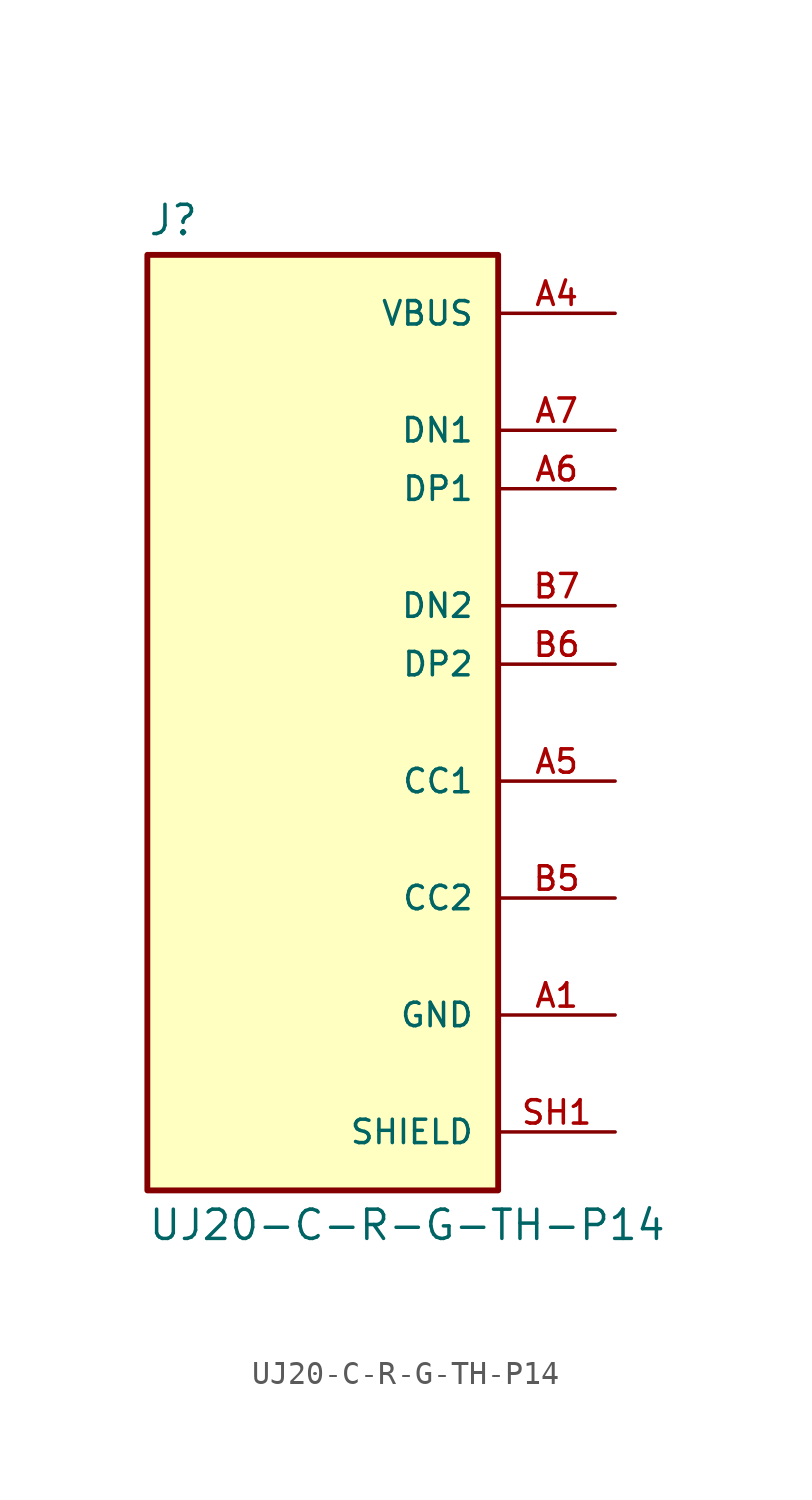
<source format=kicad_sym>
(kicad_symbol_lib
  (version 20211014)
  (generator kicad_symbol_editor)
  (symbol "UJ20-C-R-G-TH-P14"
    (pin_names
      (offset 1.016))
    (property "Reference" "J"
      (at -7.62 21.082 0)
      (effects (font (size 1.27 1.27)) (justify bottom left)))
    (property "Value" "UJ20-C-R-G-TH-P14"
      (at -7.62 -21.082 0)
      (effects (font (size 1.27 1.27)) (justify top left)))
    (symbol "UJ20-C-R-G-TH-P14_0_0"
      (rectangle (start -7.62 -20.32) (end 7.62 20.32) (stroke (width 0.254)) (fill (type background)))
      (pin power_in line (at 12.7 17.78 180.0) (length 5.08) (name "VBUS" (effects (font (size 1.016 1.016)))) (number "A4" (effects (font (size 1.016 1.016)))))
      (pin power_in line (at 12.7 17.78 180.0) (length 5.08) hide (name "VBUS" (effects (font (size 1.016 1.016)))) (number "A9" (effects (font (size 1.016 1.016)))))
      (pin power_in line (at 12.7 17.78 180.0) (length 5.08) hide (name "VBUS" (effects (font (size 1.016 1.016)))) (number "B4" (effects (font (size 1.016 1.016)))))
      (pin power_in line (at 12.7 17.78 180.0) (length 5.08) hide (name "VBUS" (effects (font (size 1.016 1.016)))) (number "B9" (effects (font (size 1.016 1.016)))))
      (pin passive line (at 12.7 -17.78 180.0) (length 5.08) (name "SHIELD" (effects (font (size 1.016 1.016)))) (number "SH1" (effects (font (size 1.016 1.016)))))
      (pin passive line (at 12.7 -17.78 180.0) (length 5.08) hide (name "SHIELD" (effects (font (size 1.016 1.016)))) (number "SH2" (effects (font (size 1.016 1.016)))))
      (pin passive line (at 12.7 -17.78 180.0) (length 5.08) hide (name "SHIELD" (effects (font (size 1.016 1.016)))) (number "SH3" (effects (font (size 1.016 1.016)))))
      (pin passive line (at 12.7 -17.78 180.0) (length 5.08) hide (name "SHIELD" (effects (font (size 1.016 1.016)))) (number "SH4" (effects (font (size 1.016 1.016)))))
      (pin passive line (at 12.7 12.7 180.0) (length 5.08) (name "DN1" (effects (font (size 1.016 1.016)))) (number "A7" (effects (font (size 1.016 1.016)))))
      (pin passive line (at 12.7 10.16 180.0) (length 5.08) (name "DP1" (effects (font (size 1.016 1.016)))) (number "A6" (effects (font (size 1.016 1.016)))))
      (pin passive line (at 12.7 5.08 180.0) (length 5.08) (name "DN2" (effects (font (size 1.016 1.016)))) (number "B7" (effects (font (size 1.016 1.016)))))
      (pin passive line (at 12.7 2.54 180.0) (length 5.08) (name "DP2" (effects (font (size 1.016 1.016)))) (number "B6" (effects (font (size 1.016 1.016)))))
      (pin power_in line (at 12.7 -12.7 180.0) (length 5.08) (name "GND" (effects (font (size 1.016 1.016)))) (number "A1" (effects (font (size 1.016 1.016)))))
      (pin power_in line (at 12.7 -12.7 180.0) (length 5.08) hide (name "GND" (effects (font (size 1.016 1.016)))) (number "A12" (effects (font (size 1.016 1.016)))))
      (pin power_in line (at 12.7 -12.7 180.0) (length 5.08) hide (name "GND" (effects (font (size 1.016 1.016)))) (number "B1" (effects (font (size 1.016 1.016)))))
      (pin power_in line (at 12.7 -12.7 180.0) (length 5.08) hide (name "GND" (effects (font (size 1.016 1.016)))) (number "B12" (effects (font (size 1.016 1.016)))))
      (pin passive line (at 12.7 -2.54 180.0) (length 5.08) (name "CC1" (effects (font (size 1.016 1.016)))) (number "A5" (effects (font (size 1.016 1.016)))))
      (pin passive line (at 12.7 -7.62 180.0) (length 5.08) (name "CC2" (effects (font (size 1.016 1.016)))) (number "B5" (effects (font (size 1.016 1.016))))))))
</source>
